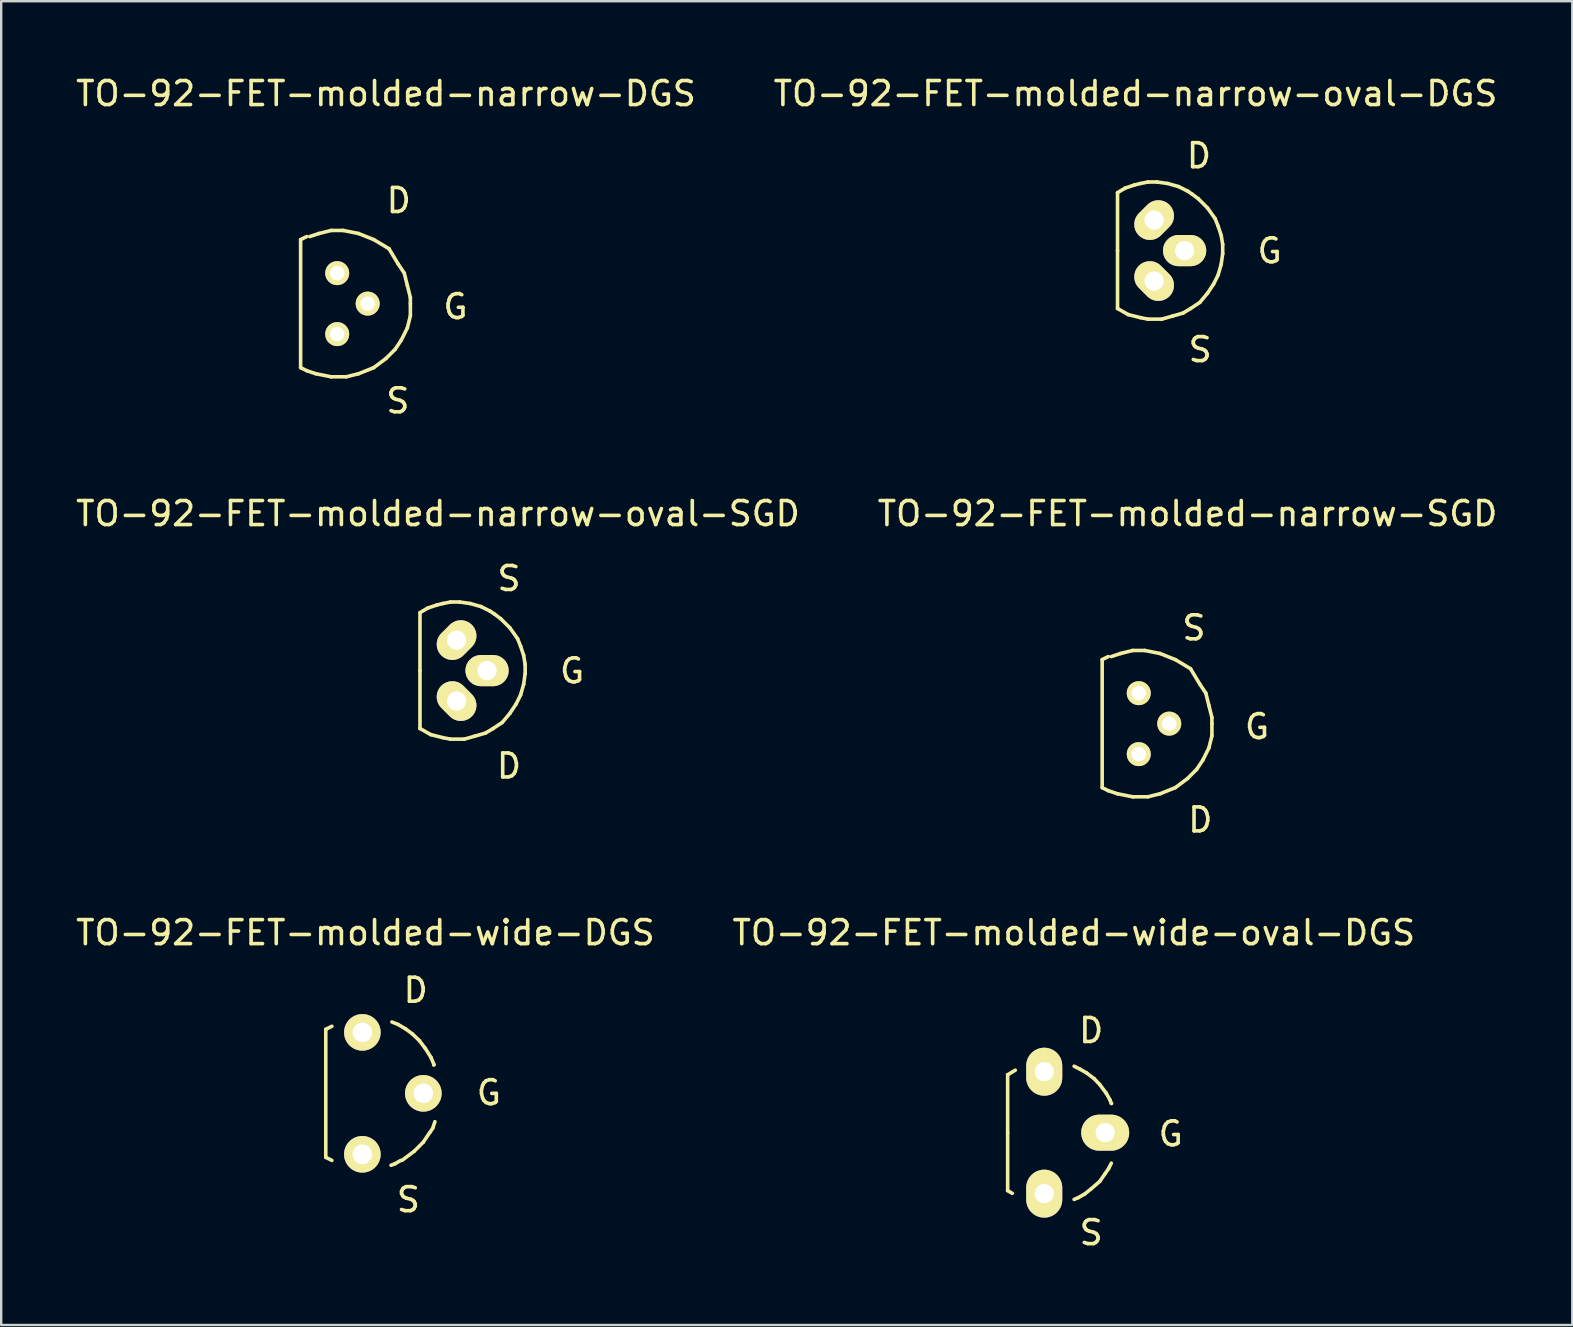
<source format=kicad_pcb>
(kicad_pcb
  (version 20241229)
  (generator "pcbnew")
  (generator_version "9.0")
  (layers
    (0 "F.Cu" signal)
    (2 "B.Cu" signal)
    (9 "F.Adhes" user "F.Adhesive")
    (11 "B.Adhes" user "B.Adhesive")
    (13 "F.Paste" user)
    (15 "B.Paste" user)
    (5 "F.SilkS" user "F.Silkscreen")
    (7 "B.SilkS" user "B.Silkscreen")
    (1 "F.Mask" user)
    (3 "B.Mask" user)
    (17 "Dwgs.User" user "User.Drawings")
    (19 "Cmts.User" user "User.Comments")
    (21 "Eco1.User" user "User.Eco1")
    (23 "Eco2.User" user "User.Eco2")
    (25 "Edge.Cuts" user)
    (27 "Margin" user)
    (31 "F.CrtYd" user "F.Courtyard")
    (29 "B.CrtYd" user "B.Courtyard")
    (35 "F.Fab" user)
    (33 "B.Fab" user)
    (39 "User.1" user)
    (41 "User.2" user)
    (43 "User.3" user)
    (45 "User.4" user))
  (footprint "TO-92-FET-molded-wide-DGS"
    (layer "F.Cu")
    (at 12.046 42.499)
    (property "Reference" "TO-92-FET-molded-wide-DGS" (at 0.127 -6.693 0) (layer "F.SilkS") (effects (font (size 1 1) (thickness 0.15))))
    (attr through_hole)
    (fp_line (start -1.524 -2.667) (end -1.524 2.667) (stroke (width 0.15) (type solid)) (layer "F.SilkS"))
    (fp_line (start -1.524 -2.667) (end -1.27 -2.794) (stroke (width 0.15) (type solid)) (layer "F.SilkS"))
    (fp_line (start -1.27 2.794) (end -1.524 2.667) (stroke (width 0.15) (type solid)) (layer "F.SilkS"))
    (fp_line (start 1.232 -2.972) (end 1.486 -2.87) (stroke (width 0.15) (type solid)) (layer "F.SilkS"))
    (fp_line (start 1.359 2.934) (end 1.194 2.997) (stroke (width 0.15) (type solid)) (layer "F.SilkS"))
    (fp_line (start 1.486 -2.87) (end 1.791 -2.692) (stroke (width 0.15) (type solid)) (layer "F.SilkS"))
    (fp_line (start 1.6 2.794) (end 1.359 2.934) (stroke (width 0.15) (type solid)) (layer "F.SilkS"))
    (fp_line (start 1.791 -2.692) (end 2.083 -2.477) (stroke (width 0.15) (type solid)) (layer "F.SilkS"))
    (fp_line (start 2.083 -2.477) (end 2.375 -2.197) (stroke (width 0.15) (type solid)) (layer "F.SilkS"))
    (fp_line (start 2.159 2.413) (end 1.651 2.794) (stroke (width 0.15) (type solid)) (layer "F.SilkS"))
    (fp_line (start 2.375 -2.197) (end 2.616 -1.88) (stroke (width 0.15) (type solid)) (layer "F.SilkS"))
    (fp_line (start 2.54 2.032) (end 2.159 2.413) (stroke (width 0.15) (type solid)) (layer "F.SilkS"))
    (fp_line (start 2.616 -1.88) (end 2.857 -1.499) (stroke (width 0.15) (type solid)) (layer "F.SilkS"))
    (fp_line (start 2.794 1.651) (end 2.54 2.032) (stroke (width 0.15) (type solid)) (layer "F.SilkS"))
    (fp_line (start 2.819 1.626) (end 2.934 1.448) (stroke (width 0.15) (type solid)) (layer "F.SilkS"))
    (fp_line (start 2.857 -1.499) (end 2.985 -1.194) (stroke (width 0.15) (type solid)) (layer "F.SilkS"))
    (fp_line (start 2.934 1.448) (end 3.023 1.181) (stroke (width 0.15) (type solid)) (layer "F.SilkS"))
    (fp_line (start 2.985 -1.194) (end 2.972 -1.181) (stroke (width 0.15) (type solid)) (layer "F.SilkS"))
    (fp_text user "D" (at 2.223 -4.293 0) (layer "F.SilkS") (effects (font (size 1 1) (thickness 0.15))))
    (fp_text user "S" (at 1.918 4.432 0) (layer "F.SilkS") (effects (font (size 1 1) (thickness 0.15))))
    (fp_text user "G" (at 5.271 -0.025 0) (layer "F.SilkS") (effects (font (size 1 1) (thickness 0.15))))
    (pad "D" thru_hole circle (at 0 -2.54) (size 1.524 1.524) (drill 0.813) (layers "*.Cu" "*.Mask" "F.SilkS"))
    (pad "G" thru_hole circle (at 2.54 0) (size 1.524 1.524) (drill 0.813) (layers "*.Cu" "*.Mask" "F.SilkS"))
    (pad "S" thru_hole circle (at 0 2.54) (size 1.524 1.524) (drill 0.813) (layers "*.Cu" "*.Mask" "F.SilkS")))
  (footprint "TO-92-FET-molded-narrow-DGS"
    (layer "F.Cu")
    (at 10.998 9.599)
    (property "Reference" "TO-92-FET-molded-narrow-DGS" (at 2.032 -8.75 0) (layer "F.SilkS") (effects (font (size 1 1) (thickness 0.15))))
    (attr through_hole)
    (fp_line (start -1.524 -2.667) (end -1.524 2.667) (stroke (width 0.15) (type solid)) (layer "F.SilkS"))
    (fp_line (start -1.524 -2.667) (end -1.27 -2.794) (stroke (width 0.15) (type solid)) (layer "F.SilkS"))
    (fp_line (start -1.27 2.794) (end -1.524 2.667) (stroke (width 0.15) (type solid)) (layer "F.SilkS"))
    (fp_line (start -1.143 -2.794) (end -0.762 -2.921) (stroke (width 0.15) (type solid)) (layer "F.SilkS"))
    (fp_line (start -0.889 2.921) (end -1.27 2.794) (stroke (width 0.15) (type solid)) (layer "F.SilkS"))
    (fp_line (start -0.762 -2.921) (end -0.254 -3.048) (stroke (width 0.15) (type solid)) (layer "F.SilkS"))
    (fp_line (start -0.254 -3.048) (end 0.254 -3.048) (stroke (width 0.15) (type solid)) (layer "F.SilkS"))
    (fp_line (start -0.254 3.048) (end -0.889 2.921) (stroke (width 0.15) (type solid)) (layer "F.SilkS"))
    (fp_line (start 0.254 -3.048) (end 0.889 -2.921) (stroke (width 0.15) (type solid)) (layer "F.SilkS"))
    (fp_line (start 0.381 3.048) (end -0.254 3.048) (stroke (width 0.15) (type solid)) (layer "F.SilkS"))
    (fp_line (start 0.889 -2.921) (end 1.524 -2.667) (stroke (width 0.15) (type solid)) (layer "F.SilkS"))
    (fp_line (start 0.889 2.921) (end 0.381 3.048) (stroke (width 0.15) (type solid)) (layer "F.SilkS"))
    (fp_line (start 1.524 -2.667) (end 2.159 -2.286) (stroke (width 0.15) (type solid)) (layer "F.SilkS"))
    (fp_line (start 1.524 2.667) (end 0.889 2.921) (stroke (width 0.15) (type solid)) (layer "F.SilkS"))
    (fp_line (start 2.032 2.286) (end 1.524 2.667) (stroke (width 0.15) (type solid)) (layer "F.SilkS"))
    (fp_line (start 2.159 -2.286) (end 2.54 -1.651) (stroke (width 0.15) (type solid)) (layer "F.SilkS"))
    (fp_line (start 2.413 1.905) (end 2.032 2.286) (stroke (width 0.15) (type solid)) (layer "F.SilkS"))
    (fp_line (start 2.54 -1.651) (end 2.794 -1.27) (stroke (width 0.15) (type solid)) (layer "F.SilkS"))
    (fp_line (start 2.667 1.524) (end 2.413 1.905) (stroke (width 0.15) (type solid)) (layer "F.SilkS"))
    (fp_line (start 2.794 -1.27) (end 2.921 -0.762) (stroke (width 0.15) (type solid)) (layer "F.SilkS"))
    (fp_line (start 2.921 -0.762) (end 3.048 -0.254) (stroke (width 0.15) (type solid)) (layer "F.SilkS"))
    (fp_line (start 2.921 1.016) (end 2.667 1.524) (stroke (width 0.15) (type solid)) (layer "F.SilkS"))
    (fp_line (start 3.048 -0.254) (end 3.048 0) (stroke (width 0.15) (type solid)) (layer "F.SilkS"))
    (fp_line (start 3.048 0) (end 3.048 0.508) (stroke (width 0.15) (type solid)) (layer "F.SilkS"))
    (fp_line (start 3.048 0.508) (end 2.921 1.016) (stroke (width 0.15) (type solid)) (layer "F.SilkS"))
    (fp_text user "S" (at 2.527 4.051 0) (layer "F.SilkS") (effects (font (size 1 1) (thickness 0.15))))
    (fp_text user "G" (at 4.928 0.127 0) (layer "F.SilkS") (effects (font (size 1 1) (thickness 0.15))))
    (fp_text user "D" (at 2.565 -4.293 0) (layer "F.SilkS") (effects (font (size 1 1) (thickness 0.15))))
    (pad "D" thru_hole circle (at 0 -1.27) (size 1.001 1.001) (drill 0.599) (layers "*.Cu" "*.Mask" "F.SilkS"))
    (pad "G" thru_hole circle (at 1.27 0) (size 1.001 1.001) (drill 0.599) (layers "*.Cu" "*.Mask" "F.SilkS"))
    (pad "S" thru_hole circle (at 0 1.27) (size 1.001 1.001) (drill 0.599) (layers "*.Cu" "*.Mask" "F.SilkS")))
  (footprint "TO-92-FET-molded-wide-oval-DGS"
    (layer "F.Cu")
    (at 40.453 44.138)
    (property "Reference" "TO-92-FET-molded-wide-oval-DGS" (at 1.232 -8.331 0) (layer "F.SilkS") (effects (font (size 1 1) (thickness 0.15))))
    (attr through_hole)
    (fp_line (start -1.524 -2.413) (end -1.206 -2.603) (stroke (width 0.15) (type solid)) (layer "F.SilkS"))
    (fp_line (start -1.524 0) (end -1.524 -2.413) (stroke (width 0.15) (type solid)) (layer "F.SilkS"))
    (fp_line (start -1.524 0) (end -1.524 2.413) (stroke (width 0.15) (type solid)) (layer "F.SilkS"))
    (fp_line (start -1.524 2.413) (end -1.333 2.527) (stroke (width 0.15) (type solid)) (layer "F.SilkS"))
    (fp_line (start 1.245 -2.769) (end 1.499 -2.642) (stroke (width 0.15) (type solid)) (layer "F.SilkS"))
    (fp_line (start 1.422 2.705) (end 1.245 2.781) (stroke (width 0.15) (type solid)) (layer "F.SilkS"))
    (fp_line (start 1.499 -2.642) (end 1.765 -2.489) (stroke (width 0.15) (type solid)) (layer "F.SilkS"))
    (fp_line (start 1.689 2.553) (end 1.422 2.705) (stroke (width 0.15) (type solid)) (layer "F.SilkS"))
    (fp_line (start 1.765 -2.489) (end 2.083 -2.248) (stroke (width 0.15) (type solid)) (layer "F.SilkS"))
    (fp_line (start 1.943 2.349) (end 1.689 2.553) (stroke (width 0.15) (type solid)) (layer "F.SilkS"))
    (fp_line (start 2.083 -2.248) (end 2.311 -2.007) (stroke (width 0.15) (type solid)) (layer "F.SilkS"))
    (fp_line (start 2.311 -2.007) (end 2.578 -1.651) (stroke (width 0.15) (type solid)) (layer "F.SilkS"))
    (fp_line (start 2.311 2.032) (end 1.943 2.349) (stroke (width 0.15) (type solid)) (layer "F.SilkS"))
    (fp_line (start 2.54 1.702) (end 2.311 2.032) (stroke (width 0.15) (type solid)) (layer "F.SilkS"))
    (fp_line (start 2.578 -1.651) (end 2.743 -1.359) (stroke (width 0.15) (type solid)) (layer "F.SilkS"))
    (fp_line (start 2.68 1.499) (end 2.54 1.702) (stroke (width 0.15) (type solid)) (layer "F.SilkS"))
    (fp_line (start 2.743 -1.359) (end 2.794 -1.219) (stroke (width 0.15) (type solid)) (layer "F.SilkS"))
    (fp_line (start 2.794 -1.219) (end 2.807 -1.219) (stroke (width 0.15) (type solid)) (layer "F.SilkS"))
    (fp_line (start 2.794 1.27) (end 2.68 1.499) (stroke (width 0.15) (type solid)) (layer "F.SilkS"))
    (fp_text user "G" (at 5.271 0.051 0) (layer "F.SilkS") (effects (font (size 1 1) (thickness 0.15))))
    (fp_text user "S" (at 1.956 4.166 0) (layer "F.SilkS") (effects (font (size 1 1) (thickness 0.15))))
    (fp_text user "D" (at 1.956 -4.255 0) (layer "F.SilkS") (effects (font (size 1 1) (thickness 0.15))))
    (pad "D" thru_hole oval (at 0 -2.54) (size 1.501 1.999) (drill 0.8) (layers "*.Cu" "*.Mask" "F.SilkS"))
    (pad "G" thru_hole oval (at 2.54 0) (size 1.999 1.501) (drill 0.8) (layers "*.Cu" "*.Mask" "F.SilkS"))
    (pad "S" thru_hole oval (at 0 2.54) (size 1.501 1.999) (drill 0.8) (layers "*.Cu" "*.Mask" "F.SilkS")))
  (footprint "TO-92-FET-molded-narrow-SGD"
    (layer "F.Cu")
    (at 44.391 27.097)
    (property "Reference" "TO-92-FET-molded-narrow-SGD" (at 2.032 -8.75 0) (layer "F.SilkS") (effects (font (size 1 1) (thickness 0.15))))
    (attr through_hole)
    (fp_line (start -1.524 -2.667) (end -1.524 2.667) (stroke (width 0.15) (type solid)) (layer "F.SilkS"))
    (fp_line (start -1.524 -2.667) (end -1.27 -2.794) (stroke (width 0.15) (type solid)) (layer "F.SilkS"))
    (fp_line (start -1.27 2.794) (end -1.524 2.667) (stroke (width 0.15) (type solid)) (layer "F.SilkS"))
    (fp_line (start -1.143 -2.794) (end -0.762 -2.921) (stroke (width 0.15) (type solid)) (layer "F.SilkS"))
    (fp_line (start -0.889 2.921) (end -1.27 2.794) (stroke (width 0.15) (type solid)) (layer "F.SilkS"))
    (fp_line (start -0.762 -2.921) (end -0.254 -3.048) (stroke (width 0.15) (type solid)) (layer "F.SilkS"))
    (fp_line (start -0.254 -3.048) (end 0.254 -3.048) (stroke (width 0.15) (type solid)) (layer "F.SilkS"))
    (fp_line (start -0.254 3.048) (end -0.889 2.921) (stroke (width 0.15) (type solid)) (layer "F.SilkS"))
    (fp_line (start 0.254 -3.048) (end 0.889 -2.921) (stroke (width 0.15) (type solid)) (layer "F.SilkS"))
    (fp_line (start 0.381 3.048) (end -0.254 3.048) (stroke (width 0.15) (type solid)) (layer "F.SilkS"))
    (fp_line (start 0.889 -2.921) (end 1.524 -2.667) (stroke (width 0.15) (type solid)) (layer "F.SilkS"))
    (fp_line (start 0.889 2.921) (end 0.381 3.048) (stroke (width 0.15) (type solid)) (layer "F.SilkS"))
    (fp_line (start 1.524 -2.667) (end 2.159 -2.286) (stroke (width 0.15) (type solid)) (layer "F.SilkS"))
    (fp_line (start 1.524 2.667) (end 0.889 2.921) (stroke (width 0.15) (type solid)) (layer "F.SilkS"))
    (fp_line (start 2.032 2.286) (end 1.524 2.667) (stroke (width 0.15) (type solid)) (layer "F.SilkS"))
    (fp_line (start 2.159 -2.286) (end 2.54 -1.651) (stroke (width 0.15) (type solid)) (layer "F.SilkS"))
    (fp_line (start 2.413 1.905) (end 2.032 2.286) (stroke (width 0.15) (type solid)) (layer "F.SilkS"))
    (fp_line (start 2.54 -1.651) (end 2.794 -1.27) (stroke (width 0.15) (type solid)) (layer "F.SilkS"))
    (fp_line (start 2.667 1.524) (end 2.413 1.905) (stroke (width 0.15) (type solid)) (layer "F.SilkS"))
    (fp_line (start 2.794 -1.27) (end 2.921 -0.762) (stroke (width 0.15) (type solid)) (layer "F.SilkS"))
    (fp_line (start 2.921 -0.762) (end 3.048 -0.254) (stroke (width 0.15) (type solid)) (layer "F.SilkS"))
    (fp_line (start 2.921 1.016) (end 2.667 1.524) (stroke (width 0.15) (type solid)) (layer "F.SilkS"))
    (fp_line (start 3.048 -0.254) (end 3.048 0) (stroke (width 0.15) (type solid)) (layer "F.SilkS"))
    (fp_line (start 3.048 0) (end 3.048 0.508) (stroke (width 0.15) (type solid)) (layer "F.SilkS"))
    (fp_line (start 3.048 0.508) (end 2.921 1.016) (stroke (width 0.15) (type solid)) (layer "F.SilkS"))
    (fp_text user "D" (at 2.565 4.013 0) (layer "F.SilkS") (effects (font (size 1 1) (thickness 0.15))))
    (fp_text user "G" (at 4.928 0.127 0) (layer "F.SilkS") (effects (font (size 1 1) (thickness 0.15))))
    (fp_text user "S" (at 2.299 -3.988 0) (layer "F.SilkS") (effects (font (size 1 1) (thickness 0.15))))
    (pad "D" thru_hole circle (at 0 1.27) (size 1.001 1.001) (drill 0.599) (layers "*.Cu" "*.Mask" "F.SilkS"))
    (pad "G" thru_hole circle (at 1.27 0) (size 1.001 1.001) (drill 0.599) (layers "*.Cu" "*.Mask" "F.SilkS"))
    (pad "S" thru_hole circle (at 0 -1.27) (size 1.001 1.001) (drill 0.599) (layers "*.Cu" "*.Mask" "F.SilkS")))
  (footprint "TO-92-FET-molded-narrow-oval-DGS"
    (layer "F.Cu")
    (at 45.031 7.389)
    (property "Reference" "TO-92-FET-molded-narrow-oval-DGS" (at -0.775 -6.54 0) (layer "F.SilkS") (effects (font (size 1 1) (thickness 0.15))))
    (attr through_hole)
    (fp_line (start -1.524 -2.413) (end -1.206 -2.603) (stroke (width 0.15) (type solid)) (layer "F.SilkS"))
    (fp_line (start -1.524 0) (end -1.524 -2.413) (stroke (width 0.15) (type solid)) (layer "F.SilkS"))
    (fp_line (start -1.524 0) (end -1.524 2.413) (stroke (width 0.15) (type solid)) (layer "F.SilkS"))
    (fp_line (start -1.206 -2.603) (end -0.826 -2.731) (stroke (width 0.15) (type solid)) (layer "F.SilkS"))
    (fp_line (start -1.079 2.667) (end -1.524 2.413) (stroke (width 0.15) (type solid)) (layer "F.SilkS"))
    (fp_line (start -0.826 -2.731) (end -0.572 -2.794) (stroke (width 0.15) (type solid)) (layer "F.SilkS"))
    (fp_line (start -0.572 -2.794) (end -0.254 -2.857) (stroke (width 0.15) (type solid)) (layer "F.SilkS"))
    (fp_line (start -0.572 2.794) (end -1.079 2.667) (stroke (width 0.15) (type solid)) (layer "F.SilkS"))
    (fp_line (start -0.254 -2.857) (end 0.127 -2.857) (stroke (width 0.15) (type solid)) (layer "F.SilkS"))
    (fp_line (start -0.254 2.857) (end -0.572 2.794) (stroke (width 0.15) (type solid)) (layer "F.SilkS"))
    (fp_line (start 0.127 -2.857) (end 0.572 -2.794) (stroke (width 0.15) (type solid)) (layer "F.SilkS"))
    (fp_line (start 0.318 2.857) (end -0.254 2.857) (stroke (width 0.15) (type solid)) (layer "F.SilkS"))
    (fp_line (start 0.572 -2.794) (end 1.016 -2.667) (stroke (width 0.15) (type solid)) (layer "F.SilkS"))
    (fp_line (start 0.762 2.731) (end 0.318 2.857) (stroke (width 0.15) (type solid)) (layer "F.SilkS"))
    (fp_line (start 1.016 -2.667) (end 1.397 -2.477) (stroke (width 0.15) (type solid)) (layer "F.SilkS"))
    (fp_line (start 1.206 2.603) (end 0.762 2.731) (stroke (width 0.15) (type solid)) (layer "F.SilkS"))
    (fp_line (start 1.397 -2.477) (end 1.587 -2.349) (stroke (width 0.15) (type solid)) (layer "F.SilkS"))
    (fp_line (start 1.524 2.413) (end 1.206 2.603) (stroke (width 0.15) (type solid)) (layer "F.SilkS"))
    (fp_line (start 1.587 -2.349) (end 1.841 -2.159) (stroke (width 0.15) (type solid)) (layer "F.SilkS"))
    (fp_line (start 1.841 -2.159) (end 2.223 -1.778) (stroke (width 0.15) (type solid)) (layer "F.SilkS"))
    (fp_line (start 1.905 2.159) (end 1.524 2.413) (stroke (width 0.15) (type solid)) (layer "F.SilkS"))
    (fp_line (start 2.223 -1.778) (end 2.54 -1.333) (stroke (width 0.15) (type solid)) (layer "F.SilkS"))
    (fp_line (start 2.223 1.778) (end 1.905 2.159) (stroke (width 0.15) (type solid)) (layer "F.SilkS"))
    (fp_line (start 2.477 1.397) (end 2.223 1.778) (stroke (width 0.15) (type solid)) (layer "F.SilkS"))
    (fp_line (start 2.54 -1.333) (end 2.667 -1.016) (stroke (width 0.15) (type solid)) (layer "F.SilkS"))
    (fp_line (start 2.667 -1.016) (end 2.794 -0.635) (stroke (width 0.15) (type solid)) (layer "F.SilkS"))
    (fp_line (start 2.667 1.016) (end 2.477 1.397) (stroke (width 0.15) (type solid)) (layer "F.SilkS"))
    (fp_line (start 2.794 -0.635) (end 2.857 -0.254) (stroke (width 0.15) (type solid)) (layer "F.SilkS"))
    (fp_line (start 2.794 0.572) (end 2.667 1.016) (stroke (width 0.15) (type solid)) (layer "F.SilkS"))
    (fp_line (start 2.857 -0.254) (end 2.857 0.127) (stroke (width 0.15) (type solid)) (layer "F.SilkS"))
    (fp_line (start 2.857 0.127) (end 2.794 0.572) (stroke (width 0.15) (type solid)) (layer "F.SilkS"))
    (fp_text user "S" (at 1.918 4.128 0) (layer "F.SilkS") (effects (font (size 1 1) (thickness 0.15))))
    (fp_text user "D" (at 1.867 -3.95 0) (layer "F.SilkS") (effects (font (size 1 1) (thickness 0.15))))
    (fp_text user "G" (at 4.813 0.013 0) (layer "F.SilkS") (effects (font (size 1 1) (thickness 0.15))))
    (pad "D" thru_hole oval (at 0 -1.27 315) (size 1.3 1.801) (drill 0.8) (layers "*.Cu" "*.Mask" "F.SilkS"))
    (pad "G" thru_hole oval (at 1.27 0) (size 1.801 1.3) (drill 0.8) (layers "*.Cu" "*.Mask" "F.SilkS"))
    (pad "S" thru_hole oval (at 0 1.27 315) (size 1.801 1.3) (drill 0.8) (layers "*.Cu" "*.Mask" "F.SilkS")))
  (footprint "TO-92-FET-molded-narrow-oval-SGD"
    (layer "F.Cu")
    (at 15.971 24.887)
    (property "Reference" "TO-92-FET-molded-narrow-oval-SGD" (at -0.775 -6.54 0) (layer "F.SilkS") (effects (font (size 1 1) (thickness 0.15))))
    (attr through_hole)
    (fp_line (start -1.524 -2.413) (end -1.206 -2.603) (stroke (width 0.15) (type solid)) (layer "F.SilkS"))
    (fp_line (start -1.524 0) (end -1.524 -2.413) (stroke (width 0.15) (type solid)) (layer "F.SilkS"))
    (fp_line (start -1.524 0) (end -1.524 2.413) (stroke (width 0.15) (type solid)) (layer "F.SilkS"))
    (fp_line (start -1.206 -2.603) (end -0.826 -2.731) (stroke (width 0.15) (type solid)) (layer "F.SilkS"))
    (fp_line (start -1.079 2.667) (end -1.524 2.413) (stroke (width 0.15) (type solid)) (layer "F.SilkS"))
    (fp_line (start -0.826 -2.731) (end -0.572 -2.794) (stroke (width 0.15) (type solid)) (layer "F.SilkS"))
    (fp_line (start -0.572 -2.794) (end -0.254 -2.857) (stroke (width 0.15) (type solid)) (layer "F.SilkS"))
    (fp_line (start -0.572 2.794) (end -1.079 2.667) (stroke (width 0.15) (type solid)) (layer "F.SilkS"))
    (fp_line (start -0.254 -2.857) (end 0.127 -2.857) (stroke (width 0.15) (type solid)) (layer "F.SilkS"))
    (fp_line (start -0.254 2.857) (end -0.572 2.794) (stroke (width 0.15) (type solid)) (layer "F.SilkS"))
    (fp_line (start 0.127 -2.857) (end 0.572 -2.794) (stroke (width 0.15) (type solid)) (layer "F.SilkS"))
    (fp_line (start 0.318 2.857) (end -0.254 2.857) (stroke (width 0.15) (type solid)) (layer "F.SilkS"))
    (fp_line (start 0.572 -2.794) (end 1.016 -2.667) (stroke (width 0.15) (type solid)) (layer "F.SilkS"))
    (fp_line (start 0.762 2.731) (end 0.318 2.857) (stroke (width 0.15) (type solid)) (layer "F.SilkS"))
    (fp_line (start 1.016 -2.667) (end 1.397 -2.477) (stroke (width 0.15) (type solid)) (layer "F.SilkS"))
    (fp_line (start 1.206 2.603) (end 0.762 2.731) (stroke (width 0.15) (type solid)) (layer "F.SilkS"))
    (fp_line (start 1.397 -2.477) (end 1.587 -2.349) (stroke (width 0.15) (type solid)) (layer "F.SilkS"))
    (fp_line (start 1.524 2.413) (end 1.206 2.603) (stroke (width 0.15) (type solid)) (layer "F.SilkS"))
    (fp_line (start 1.587 -2.349) (end 1.841 -2.159) (stroke (width 0.15) (type solid)) (layer "F.SilkS"))
    (fp_line (start 1.841 -2.159) (end 2.223 -1.778) (stroke (width 0.15) (type solid)) (layer "F.SilkS"))
    (fp_line (start 1.905 2.159) (end 1.524 2.413) (stroke (width 0.15) (type solid)) (layer "F.SilkS"))
    (fp_line (start 2.223 -1.778) (end 2.54 -1.333) (stroke (width 0.15) (type solid)) (layer "F.SilkS"))
    (fp_line (start 2.223 1.778) (end 1.905 2.159) (stroke (width 0.15) (type solid)) (layer "F.SilkS"))
    (fp_line (start 2.477 1.397) (end 2.223 1.778) (stroke (width 0.15) (type solid)) (layer "F.SilkS"))
    (fp_line (start 2.54 -1.333) (end 2.667 -1.016) (stroke (width 0.15) (type solid)) (layer "F.SilkS"))
    (fp_line (start 2.667 -1.016) (end 2.794 -0.635) (stroke (width 0.15) (type solid)) (layer "F.SilkS"))
    (fp_line (start 2.667 1.016) (end 2.477 1.397) (stroke (width 0.15) (type solid)) (layer "F.SilkS"))
    (fp_line (start 2.794 -0.635) (end 2.857 -0.254) (stroke (width 0.15) (type solid)) (layer "F.SilkS"))
    (fp_line (start 2.794 0.572) (end 2.667 1.016) (stroke (width 0.15) (type solid)) (layer "F.SilkS"))
    (fp_line (start 2.857 -0.254) (end 2.857 0.127) (stroke (width 0.15) (type solid)) (layer "F.SilkS"))
    (fp_line (start 2.857 0.127) (end 2.794 0.572) (stroke (width 0.15) (type solid)) (layer "F.SilkS"))
    (fp_text user "G" (at 4.813 0.013 0) (layer "F.SilkS") (effects (font (size 1 1) (thickness 0.15))))
    (fp_text user "S" (at 2.184 -3.835 0) (layer "F.SilkS") (effects (font (size 1 1) (thickness 0.15))))
    (fp_text user "D" (at 2.184 3.975 0) (layer "F.SilkS") (effects (font (size 1 1) (thickness 0.15))))
    (pad "D" thru_hole oval (at 0 1.27 315) (size 1.801 1.3) (drill 0.8) (layers "*.Cu" "*.Mask" "F.SilkS"))
    (pad "G" thru_hole oval (at 1.27 0) (size 1.801 1.3) (drill 0.8) (layers "*.Cu" "*.Mask" "F.SilkS"))
    (pad "S" thru_hole oval (at 0 -1.27 315) (size 1.3 1.801) (drill 0.8) (layers "*.Cu" "*.Mask" "F.SilkS")))
  (gr_rect
    (start -3 -3)
    (end 62.452 52.151)
    (stroke (width 0.1) (type default))
    (fill no)
    (layer "Edge.Cuts")))
</source>
